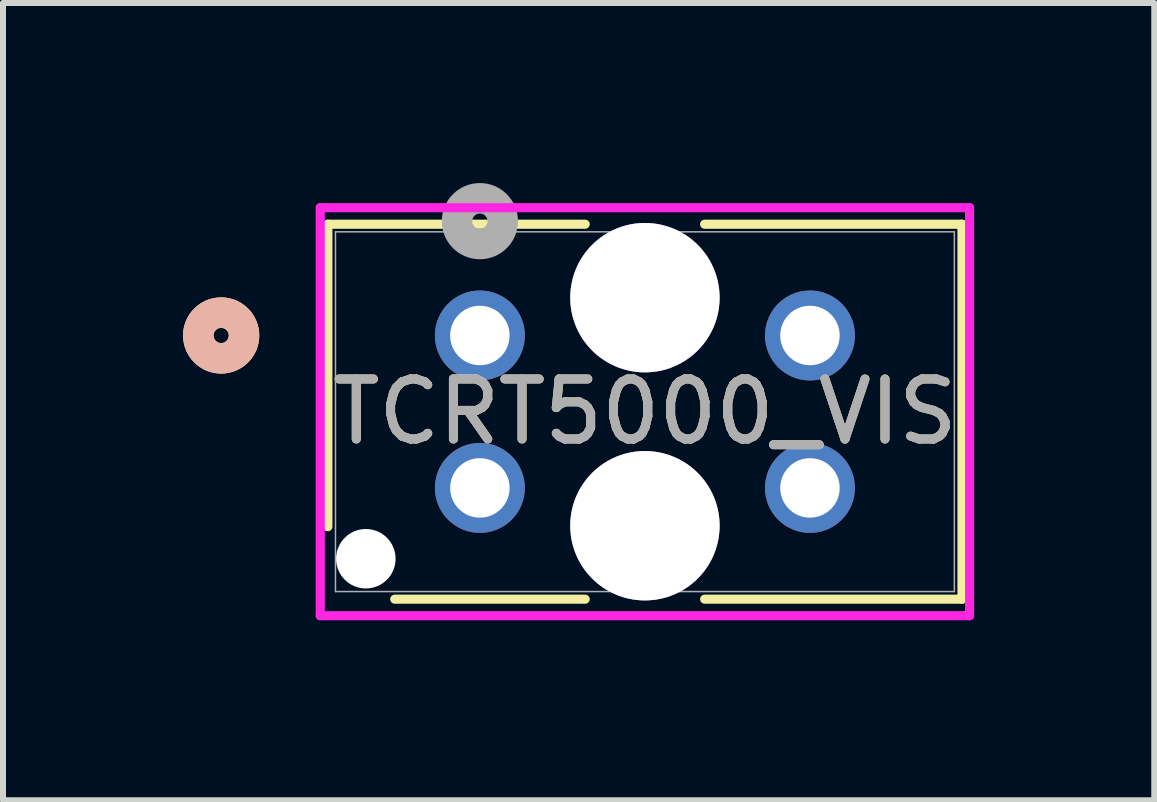
<source format=kicad_pcb>
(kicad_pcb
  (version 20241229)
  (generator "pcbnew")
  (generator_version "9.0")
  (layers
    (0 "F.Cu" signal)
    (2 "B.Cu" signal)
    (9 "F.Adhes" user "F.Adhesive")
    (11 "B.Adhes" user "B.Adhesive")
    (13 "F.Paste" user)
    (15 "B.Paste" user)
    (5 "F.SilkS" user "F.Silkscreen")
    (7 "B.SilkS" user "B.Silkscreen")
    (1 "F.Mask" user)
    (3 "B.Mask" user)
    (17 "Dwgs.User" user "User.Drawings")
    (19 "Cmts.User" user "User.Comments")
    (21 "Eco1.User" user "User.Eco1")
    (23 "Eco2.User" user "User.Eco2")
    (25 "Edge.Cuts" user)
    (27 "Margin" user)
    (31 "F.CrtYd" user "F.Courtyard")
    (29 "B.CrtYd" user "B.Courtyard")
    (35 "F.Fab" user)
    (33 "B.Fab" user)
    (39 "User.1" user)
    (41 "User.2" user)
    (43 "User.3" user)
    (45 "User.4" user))
  (footprint "TCRT5000_VIS"
    (layer "F.Cu")
    (at 4.946 2.54)
    (property "Reference" "TCRT5000_VIS" (at 2.75 1.27 0) (unlocked yes) (layer "F.SilkS") (effects (font (size 1 1) (thickness 0.15))))
    (attr through_hole)
    (fp_line (start -2.533 -1.854) (end -2.533 3.186) (stroke (width 0.152) (type solid)) (layer "F.SilkS"))
    (fp_line (start -1.419 4.394) (end 1.755 4.394) (stroke (width 0.152) (type solid)) (layer "F.SilkS"))
    (fp_line (start 1.755 -1.854) (end -2.533 -1.854) (stroke (width 0.152) (type solid)) (layer "F.SilkS"))
    (fp_line (start 3.745 4.394) (end 8.033 4.394) (stroke (width 0.152) (type solid)) (layer "F.SilkS"))
    (fp_line (start 8.033 -1.854) (end 3.745 -1.854) (stroke (width 0.152) (type solid)) (layer "F.SilkS"))
    (fp_line (start 8.033 4.394) (end 8.033 -1.854) (stroke (width 0.152) (type solid)) (layer "F.SilkS"))
    (fp_circle (center -4.311 0) (end -3.93 0) (stroke (width 0.508) (type solid)) (fill no) (layer "F.SilkS"))
    (fp_circle (center -4.311 0) (end -3.93 0) (stroke (width 0.508) (type solid)) (fill no) (layer "B.SilkS"))
    (fp_line (start -2.66 -2.129) (end -2.66 4.669) (stroke (width 0.152) (type solid)) (layer "F.CrtYd"))
    (fp_line (start -2.66 4.669) (end 8.16 4.669) (stroke (width 0.152) (type solid)) (layer "F.CrtYd"))
    (fp_line (start 8.16 -2.129) (end -2.66 -2.129) (stroke (width 0.152) (type solid)) (layer "F.CrtYd"))
    (fp_line (start 8.16 4.669) (end 8.16 -2.129) (stroke (width 0.152) (type solid)) (layer "F.CrtYd"))
    (fp_line (start -2.406 -1.727) (end -2.406 4.267) (stroke (width 0.025) (type solid)) (layer "F.Fab"))
    (fp_line (start -2.406 4.267) (end 7.906 4.267) (stroke (width 0.025) (type solid)) (layer "F.Fab"))
    (fp_line (start 7.906 -1.727) (end -2.406 -1.727) (stroke (width 0.025) (type solid)) (layer "F.Fab"))
    (fp_line (start 7.906 4.267) (end 7.906 -1.727) (stroke (width 0.025) (type solid)) (layer "F.Fab"))
    (fp_circle (center 0 -1.905) (end 0.381 -1.905) (stroke (width 0.508) (type solid)) (fill no) (layer "F.Fab"))
    (fp_text user "${REFERENCE}" (at 2.75 1.27 0) (unlocked yes) (layer "F.Fab") (effects (font (size 1 1) (thickness 0.15))))
    (pad "" np_thru_hole circle (at -1.9 3.72) (size 0.991 0.991) (drill 0.991) (layers "*.Cu" "*.Mask"))
    (pad "1" thru_hole circle (at 0 0) (size 1.499 1.499) (drill 0.991) (layers "*.Cu" "*.Mask"))
    (pad "2" thru_hole circle (at 0 2.54) (size 1.499 1.499) (drill 0.991) (layers "*.Cu" "*.Mask"))
    (pad "3" thru_hole circle (at 5.5 0) (size 1.499 1.499) (drill 0.991) (layers "*.Cu" "*.Mask"))
    (pad "4" thru_hole circle (at 5.5 2.54) (size 1.499 1.499) (drill 0.991) (layers "*.Cu" "*.Mask"))
    (pad "5" thru_hole circle (at 2.75 -0.63) (size 2.489 2.489) (drill 2.489) (layers "*.Cu" "*.Mask"))
    (pad "6" thru_hole circle (at 2.75 3.17) (size 2.489 2.489) (drill 2.489) (layers "*.Cu" "*.Mask")))
  (gr_rect
    (start -3 -3)
    (end 16.183 10.285)
    (stroke (width 0.1) (type default))
    (fill no)
    (layer "Edge.Cuts")))
</source>
